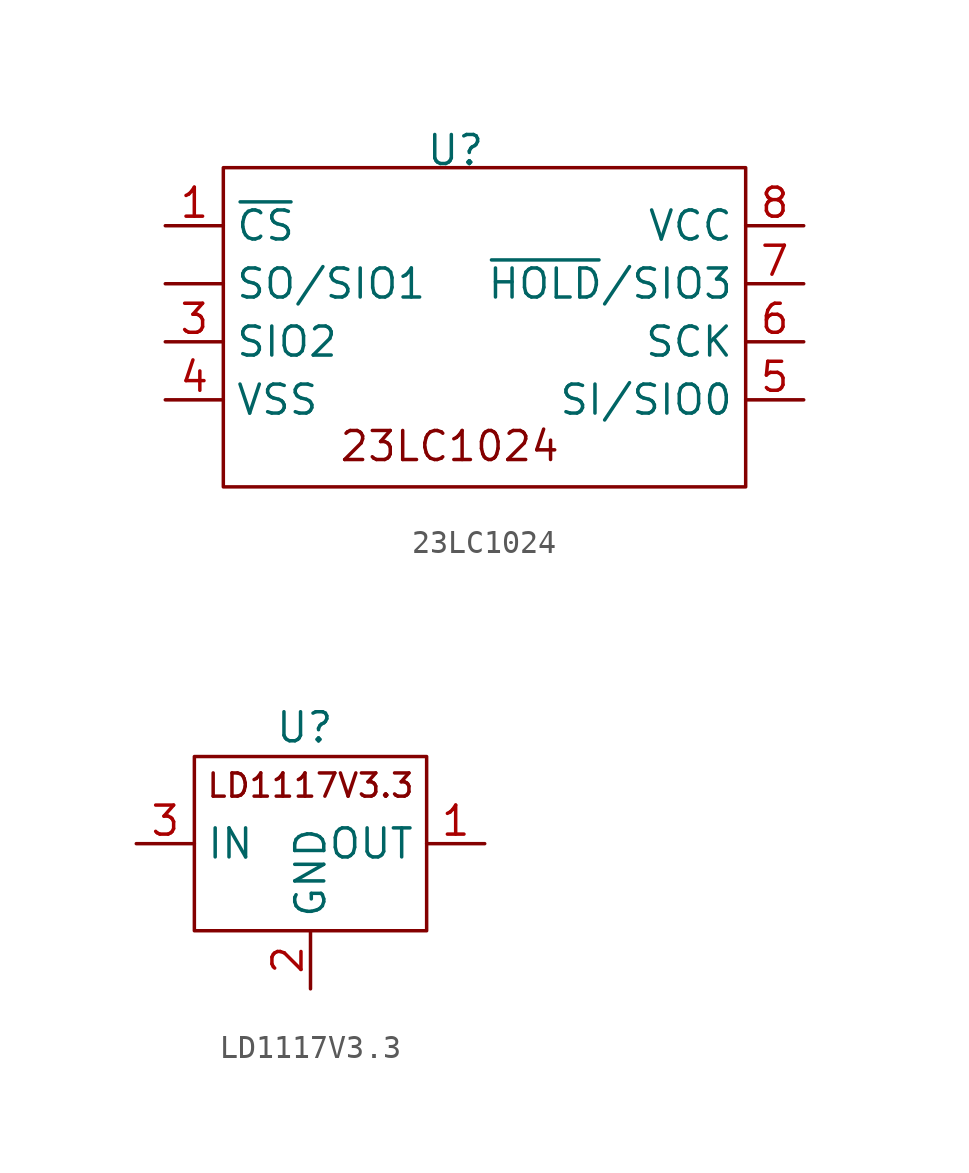
<source format=kicad_sym>
(kicad_symbol_lib
  (version 20231120)
  (generator "kicad_symbol_editor")
  (generator_version "8.0")
  (symbol "23LC1024"
    (property "Reference" "U"
      (at 0 10.922 0)
      (effects (font (size 1.27 1.27))))
    (property "Value" ""
      (at 0 10.922 0)
      (effects (font (size 1.27 1.27))))
    (symbol "23LC1024_0_1"
      (rectangle (start -10.16 10.16) (end 12.7 -3.81) (stroke (width 0) (type default)) (fill (type none))))
    (symbol "23LC1024_1_1"
      (text "23LC1024" (at -0.254 -2.032 0) (effects (font (size 1.27 1.27))))
      (pin bidirectional line (at -12.7 5.08 0) (length 2.54) (name "SO/SIO1" (effects (font (size 1.27 1.27)))) (number "" (effects (font (size 1.27 1.27)))))
      (pin input line (at -12.7 7.62 0) (length 2.54) (name "~{CS}" (effects (font (size 1.27 1.27)))) (number "1" (effects (font (size 1.27 1.27)))))
      (pin bidirectional line (at -12.7 2.54 0) (length 2.54) (name "SIO2" (effects (font (size 1.27 1.27)))) (number "3" (effects (font (size 1.27 1.27)))))
      (pin passive line (at -12.7 0 0) (length 2.54) (name "VSS" (effects (font (size 1.27 1.27)))) (number "4" (effects (font (size 1.27 1.27)))))
      (pin bidirectional line (at 15.24 0 180) (length 2.54) (name "SI/SIO0" (effects (font (size 1.27 1.27)))) (number "5" (effects (font (size 1.27 1.27)))))
      (pin input line (at 15.24 2.54 180) (length 2.54) (name "SCK" (effects (font (size 1.27 1.27)))) (number "6" (effects (font (size 1.27 1.27)))))
      (pin input line (at 15.24 5.08 180) (length 2.54) (name "~{HOLD}/SIO3" (effects (font (size 1.27 1.27)))) (number "7" (effects (font (size 1.27 1.27)))))
      (pin power_in line (at 15.24 7.62 180) (length 2.54) (name "VCC" (effects (font (size 1.27 1.27)))) (number "8" (effects (font (size 1.27 1.27)))))))
  (symbol "LD1117V3.3"
    (property "Reference" "U"
      (at -0.254 5.08 0)
      (effects (font (size 1.27 1.27))))
    (property "Value" ""
      (at 0 6.096 0)
      (effects (font (size 1.27 1.27))))
    (symbol "LD1117V3.3_0_1"
      (rectangle (start -5.08 3.81) (end 5.08 -3.81) (stroke (width 0) (type default)) (fill (type none))))
    (symbol "LD1117V3.3_1_1"
      (text "LD1117V3.3" (at 0 2.54 0) (effects (font (size 1.016 1.016))))
      (pin output line (at 7.62 0 180) (length 2.54) (name "OUT" (effects (font (size 1.27 1.27)))) (number "1" (effects (font (size 1.27 1.27)))))
      (pin passive line (at 0 -6.35 90) (length 2.54) (name "GND" (effects (font (size 1.27 1.27)))) (number "2" (effects (font (size 1.27 1.27)))))
      (pin input line (at -7.62 0 0) (length 2.54) (name "IN" (effects (font (size 1.27 1.27)))) (number "3" (effects (font (size 1.27 1.27))))))))
</source>
